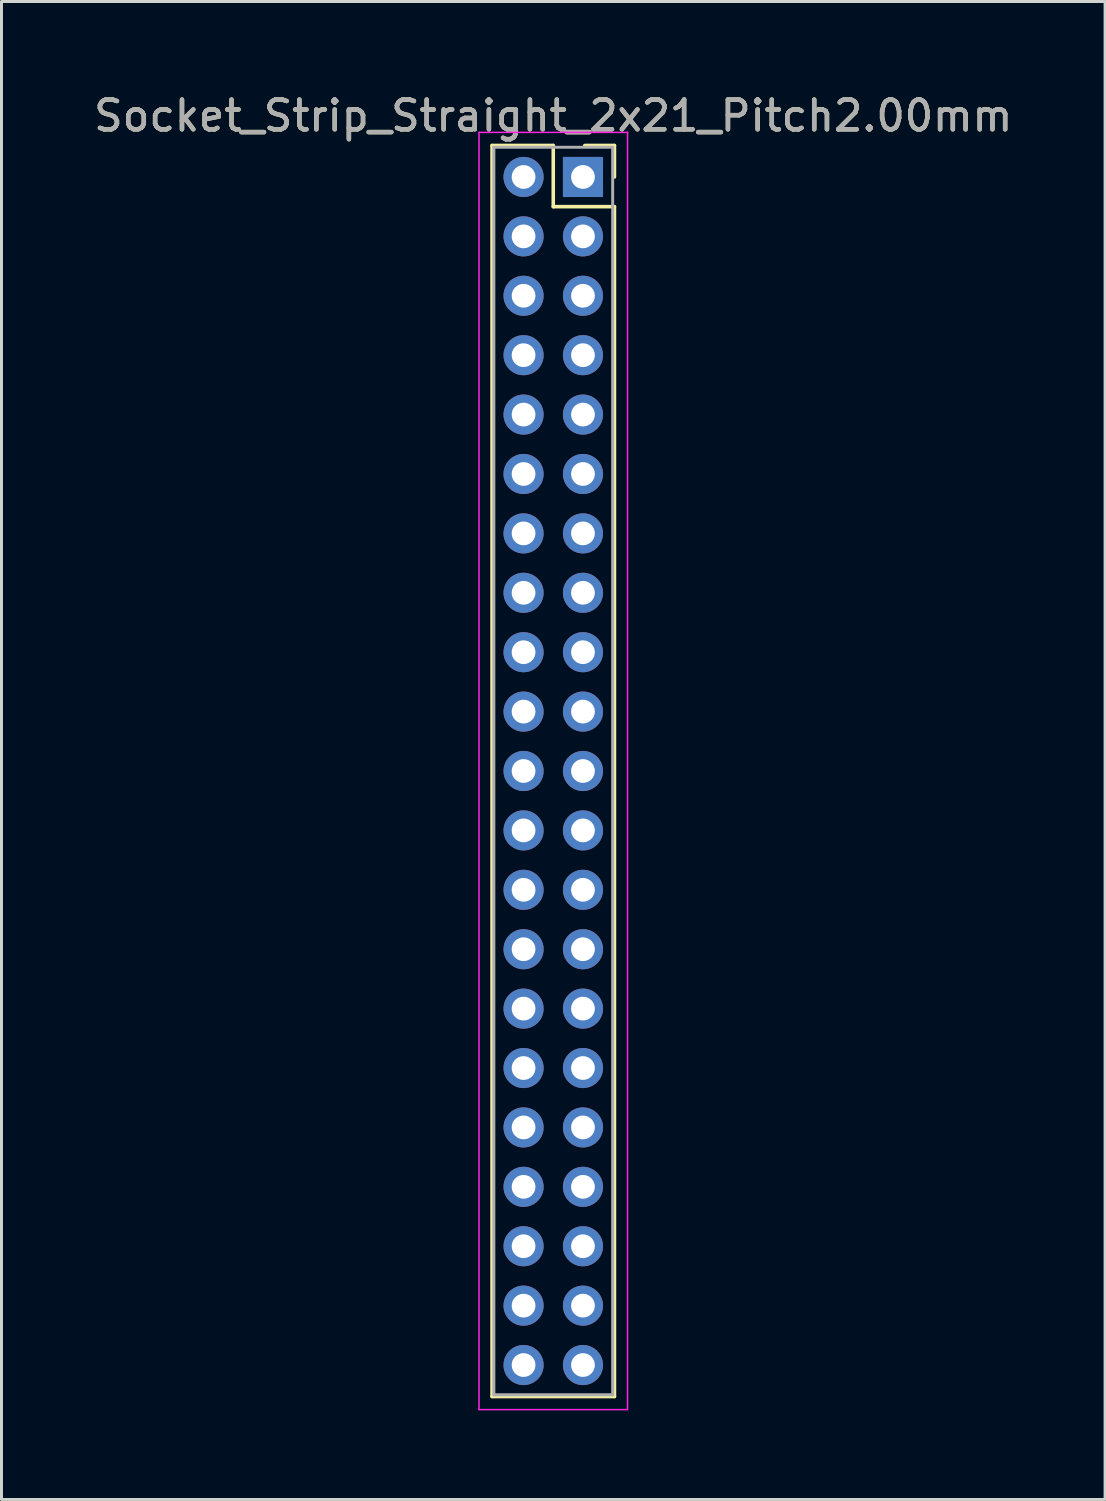
<source format=kicad_pcb>
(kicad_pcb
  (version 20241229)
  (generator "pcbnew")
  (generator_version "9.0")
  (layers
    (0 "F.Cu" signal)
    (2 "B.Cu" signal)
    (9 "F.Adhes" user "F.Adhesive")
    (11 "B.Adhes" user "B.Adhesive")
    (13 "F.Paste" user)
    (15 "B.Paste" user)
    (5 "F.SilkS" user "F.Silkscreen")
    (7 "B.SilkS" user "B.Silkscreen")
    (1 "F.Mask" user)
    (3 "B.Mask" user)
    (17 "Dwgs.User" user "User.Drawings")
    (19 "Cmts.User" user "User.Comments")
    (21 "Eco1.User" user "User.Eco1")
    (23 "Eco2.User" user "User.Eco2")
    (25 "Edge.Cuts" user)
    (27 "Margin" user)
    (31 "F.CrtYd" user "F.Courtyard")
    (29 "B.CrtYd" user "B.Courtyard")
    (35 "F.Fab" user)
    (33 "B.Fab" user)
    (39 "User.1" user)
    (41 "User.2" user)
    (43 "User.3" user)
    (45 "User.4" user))
  (footprint "Socket_Strip_Straight_2x21_Pitch2.00mm"
    (layer "F.Cu")
    (at 16.577 2.908)
    (property "Reference" "Socket_Strip_Straight_2x21_Pitch2.00mm" (at -1 -2.06 0) (layer "F.SilkS") (effects (font (size 1 1) (thickness 0.15))))
    (attr through_hole)
    (fp_line (start -3.06 -1.06) (end -1 -1.06) (stroke (width 0.12) (type solid)) (layer "F.SilkS"))
    (fp_line (start -3.06 41.06) (end -3.06 -1.06) (stroke (width 0.12) (type solid)) (layer "F.SilkS"))
    (fp_line (start -1 -1.06) (end -1 1) (stroke (width 0.12) (type solid)) (layer "F.SilkS"))
    (fp_line (start -1 1) (end 1.06 1) (stroke (width 0.12) (type solid)) (layer "F.SilkS"))
    (fp_line (start 1.06 -1.06) (end 0.06 -1.06) (stroke (width 0.12) (type solid)) (layer "F.SilkS"))
    (fp_line (start 1.06 0) (end 1.06 -1.06) (stroke (width 0.12) (type solid)) (layer "F.SilkS"))
    (fp_line (start 1.06 1) (end 1.06 41.06) (stroke (width 0.12) (type solid)) (layer "F.SilkS"))
    (fp_line (start 1.06 41.06) (end -3.06 41.06) (stroke (width 0.12) (type solid)) (layer "F.SilkS"))
    (fp_line (start -3.5 -1.5) (end -3.5 41.5) (stroke (width 0.05) (type solid)) (layer "F.CrtYd"))
    (fp_line (start -3.5 41.5) (end 1.5 41.5) (stroke (width 0.05) (type solid)) (layer "F.CrtYd"))
    (fp_line (start 1.5 -1.5) (end -3.5 -1.5) (stroke (width 0.05) (type solid)) (layer "F.CrtYd"))
    (fp_line (start 1.5 41.5) (end 1.5 -1.5) (stroke (width 0.05) (type solid)) (layer "F.CrtYd"))
    (fp_line (start -3 -1) (end -3 41) (stroke (width 0.1) (type solid)) (layer "F.Fab"))
    (fp_line (start -3 41) (end 1 41) (stroke (width 0.1) (type solid)) (layer "F.Fab"))
    (fp_line (start 1 -1) (end -3 -1) (stroke (width 0.1) (type solid)) (layer "F.Fab"))
    (fp_line (start 1 41) (end 1 -1) (stroke (width 0.1) (type solid)) (layer "F.Fab"))
    (fp_text user "${REFERENCE}" (at -1 -2.06 0) (layer "F.Fab") (effects (font (size 1 1) (thickness 0.15))))
    (pad "1" thru_hole rect (at 0 0) (size 1.35 1.35) (drill 0.8) (layers "*.Cu" "*.Mask"))
    (pad "2" thru_hole oval (at -2 0) (size 1.35 1.35) (drill 0.8) (layers "*.Cu" "*.Mask"))
    (pad "3" thru_hole oval (at 0 2) (size 1.35 1.35) (drill 0.8) (layers "*.Cu" "*.Mask"))
    (pad "4" thru_hole oval (at -2 2) (size 1.35 1.35) (drill 0.8) (layers "*.Cu" "*.Mask"))
    (pad "5" thru_hole oval (at 0 4) (size 1.35 1.35) (drill 0.8) (layers "*.Cu" "*.Mask"))
    (pad "6" thru_hole oval (at -2 4) (size 1.35 1.35) (drill 0.8) (layers "*.Cu" "*.Mask"))
    (pad "7" thru_hole oval (at 0 6) (size 1.35 1.35) (drill 0.8) (layers "*.Cu" "*.Mask"))
    (pad "8" thru_hole oval (at -2 6) (size 1.35 1.35) (drill 0.8) (layers "*.Cu" "*.Mask"))
    (pad "9" thru_hole oval (at 0 8) (size 1.35 1.35) (drill 0.8) (layers "*.Cu" "*.Mask"))
    (pad "10" thru_hole oval (at -2 8) (size 1.35 1.35) (drill 0.8) (layers "*.Cu" "*.Mask"))
    (pad "11" thru_hole oval (at 0 10) (size 1.35 1.35) (drill 0.8) (layers "*.Cu" "*.Mask"))
    (pad "12" thru_hole oval (at -2 10) (size 1.35 1.35) (drill 0.8) (layers "*.Cu" "*.Mask"))
    (pad "13" thru_hole oval (at 0 12) (size 1.35 1.35) (drill 0.8) (layers "*.Cu" "*.Mask"))
    (pad "14" thru_hole oval (at -2 12) (size 1.35 1.35) (drill 0.8) (layers "*.Cu" "*.Mask"))
    (pad "15" thru_hole oval (at 0 14) (size 1.35 1.35) (drill 0.8) (layers "*.Cu" "*.Mask"))
    (pad "16" thru_hole oval (at -2 14) (size 1.35 1.35) (drill 0.8) (layers "*.Cu" "*.Mask"))
    (pad "17" thru_hole oval (at 0 16) (size 1.35 1.35) (drill 0.8) (layers "*.Cu" "*.Mask"))
    (pad "18" thru_hole oval (at -2 16) (size 1.35 1.35) (drill 0.8) (layers "*.Cu" "*.Mask"))
    (pad "19" thru_hole oval (at 0 18) (size 1.35 1.35) (drill 0.8) (layers "*.Cu" "*.Mask"))
    (pad "20" thru_hole oval (at -2 18) (size 1.35 1.35) (drill 0.8) (layers "*.Cu" "*.Mask"))
    (pad "21" thru_hole oval (at 0 20) (size 1.35 1.35) (drill 0.8) (layers "*.Cu" "*.Mask"))
    (pad "22" thru_hole oval (at -2 20) (size 1.35 1.35) (drill 0.8) (layers "*.Cu" "*.Mask"))
    (pad "23" thru_hole oval (at 0 22) (size 1.35 1.35) (drill 0.8) (layers "*.Cu" "*.Mask"))
    (pad "24" thru_hole oval (at -2 22) (size 1.35 1.35) (drill 0.8) (layers "*.Cu" "*.Mask"))
    (pad "25" thru_hole oval (at 0 24) (size 1.35 1.35) (drill 0.8) (layers "*.Cu" "*.Mask"))
    (pad "26" thru_hole oval (at -2 24) (size 1.35 1.35) (drill 0.8) (layers "*.Cu" "*.Mask"))
    (pad "27" thru_hole oval (at 0 26) (size 1.35 1.35) (drill 0.8) (layers "*.Cu" "*.Mask"))
    (pad "28" thru_hole oval (at -2 26) (size 1.35 1.35) (drill 0.8) (layers "*.Cu" "*.Mask"))
    (pad "29" thru_hole oval (at 0 28) (size 1.35 1.35) (drill 0.8) (layers "*.Cu" "*.Mask"))
    (pad "30" thru_hole oval (at -2 28) (size 1.35 1.35) (drill 0.8) (layers "*.Cu" "*.Mask"))
    (pad "31" thru_hole oval (at 0 30) (size 1.35 1.35) (drill 0.8) (layers "*.Cu" "*.Mask"))
    (pad "32" thru_hole oval (at -2 30) (size 1.35 1.35) (drill 0.8) (layers "*.Cu" "*.Mask"))
    (pad "33" thru_hole oval (at 0 32) (size 1.35 1.35) (drill 0.8) (layers "*.Cu" "*.Mask"))
    (pad "34" thru_hole oval (at -2 32) (size 1.35 1.35) (drill 0.8) (layers "*.Cu" "*.Mask"))
    (pad "35" thru_hole oval (at 0 34) (size 1.35 1.35) (drill 0.8) (layers "*.Cu" "*.Mask"))
    (pad "36" thru_hole oval (at -2 34) (size 1.35 1.35) (drill 0.8) (layers "*.Cu" "*.Mask"))
    (pad "37" thru_hole oval (at 0 36) (size 1.35 1.35) (drill 0.8) (layers "*.Cu" "*.Mask"))
    (pad "38" thru_hole oval (at -2 36) (size 1.35 1.35) (drill 0.8) (layers "*.Cu" "*.Mask"))
    (pad "39" thru_hole oval (at 0 38) (size 1.35 1.35) (drill 0.8) (layers "*.Cu" "*.Mask"))
    (pad "40" thru_hole oval (at -2 38) (size 1.35 1.35) (drill 0.8) (layers "*.Cu" "*.Mask"))
    (pad "41" thru_hole oval (at 0 40) (size 1.35 1.35) (drill 0.8) (layers "*.Cu" "*.Mask"))
    (pad "42" thru_hole oval (at -2 40) (size 1.35 1.35) (drill 0.8) (layers "*.Cu" "*.Mask")))
  (gr_rect
    (start -3 -3)
    (end 34.155 47.433)
    (stroke (width 0.1) (type default))
    (fill no)
    (layer "Edge.Cuts")))
</source>
